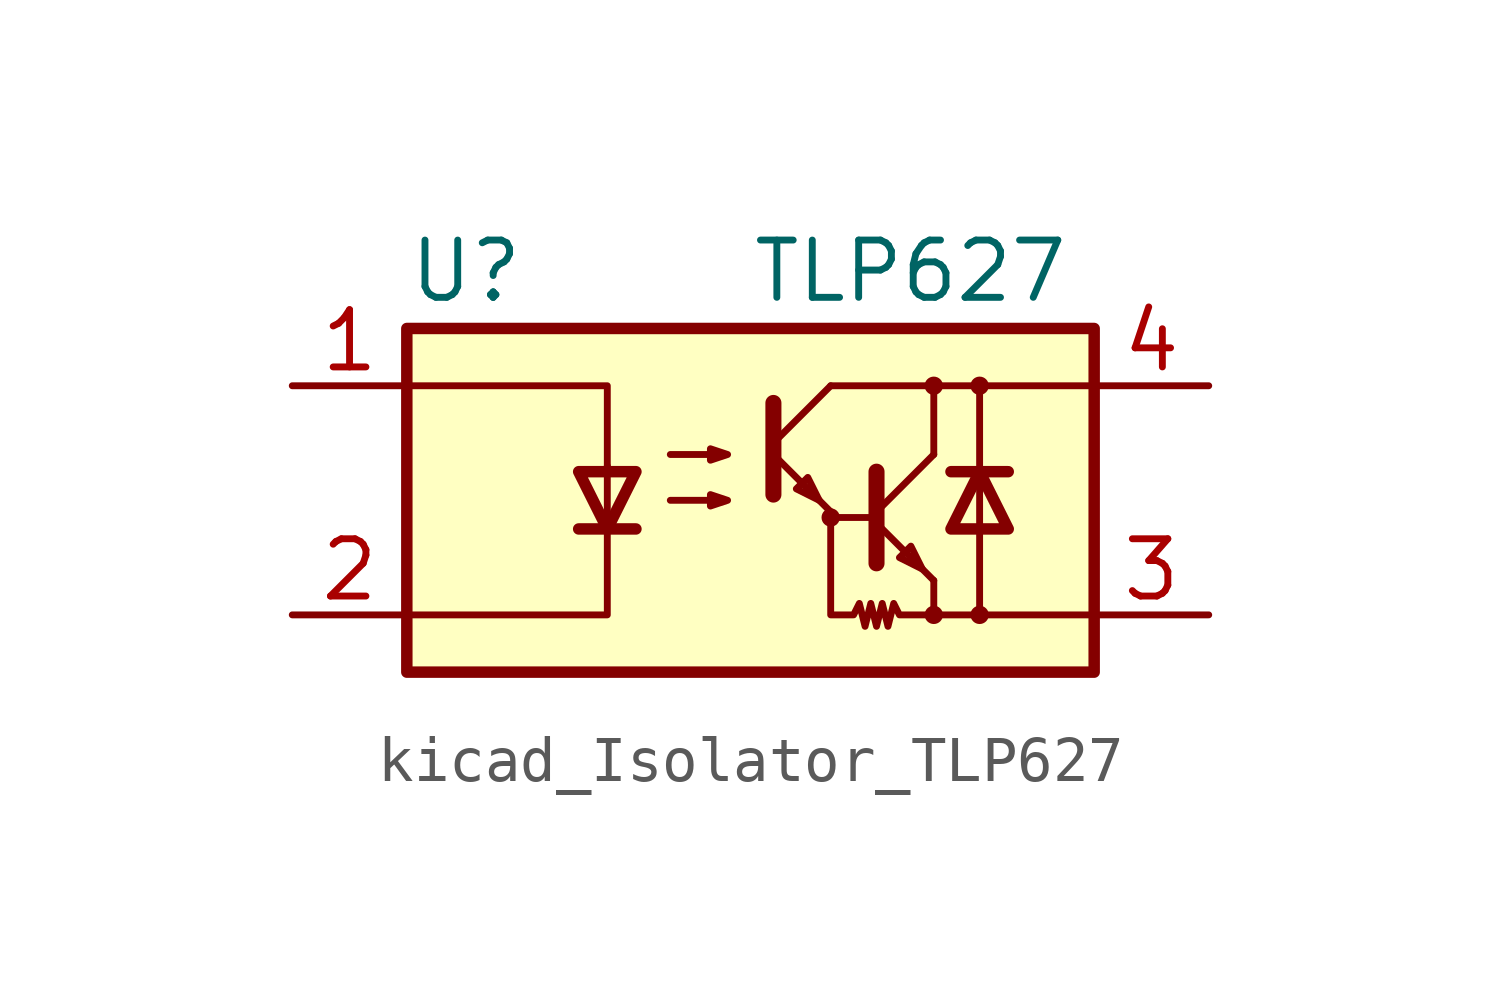
<source format=kicad_sym>
(kicad_symbol_lib
  (version 20220914)
  (generator kicad_symbol_editor)
  (symbol "kicad_Isolator_TLP627"
    (pin_names
      (offset 1.016))
    (property "Reference" "U"
      (at -7.62 5.08 0)
      (effects (font (size 1.27 1.27)) (justify left)))
    (property "Value" "TLP627"
      (at 0 5.08 0)
      (effects (font (size 1.27 1.27)) (justify left)))
    (symbol "kicad_Isolator_TLP627_0_1"
      (rectangle (start -7.62 3.81) (end 7.62 -3.81) (stroke (width 0.254) (type default)) (fill (type background)))
      (polyline (pts (xy -3.81 -0.635) (xy -2.54 -0.635)) (stroke (width 0.254) (type default)) (fill (type none)))
      (polyline (pts (xy 0.508 1.016) (xy 1.778 -0.254)) (stroke (width 0) (type default)) (fill (type none)))
      (polyline (pts (xy 0.508 1.27) (xy 1.778 2.54)) (stroke (width 0) (type default)) (fill (type none)))
      (polyline (pts (xy 0.508 2.159) (xy 0.508 0.127)) (stroke (width 0.356) (type default)) (fill (type none)))
      (polyline (pts (xy 1.778 2.54) (xy 7.62 2.54)) (stroke (width 0) (type default)) (fill (type none)))
      (polyline (pts (xy 2.794 -0.508) (xy 4.064 -1.778)) (stroke (width 0) (type default)) (fill (type none)))
      (polyline (pts (xy 2.794 -0.381) (xy 1.778 -0.381)) (stroke (width 0) (type default)) (fill (type none)))
      (polyline (pts (xy 2.794 -0.254) (xy 4.064 1.016)) (stroke (width 0) (type default)) (fill (type none)))
      (polyline (pts (xy 4.064 -2.54) (xy 7.62 -2.54)) (stroke (width 0) (type default)) (fill (type none)))
      (polyline (pts (xy 4.064 -1.778) (xy 4.064 -2.54)) (stroke (width 0) (type default)) (fill (type none)))
      (polyline (pts (xy 4.064 1.016) (xy 4.064 2.54)) (stroke (width 0) (type default)) (fill (type none)))
      (polyline (pts (xy 4.445 0.635) (xy 5.715 0.635)) (stroke (width 0.254) (type default)) (fill (type none)))
      (polyline (pts (xy 5.08 -0.635) (xy 5.08 -2.54)) (stroke (width 0) (type default)) (fill (type none)))
      (polyline (pts (xy 5.08 -0.635) (xy 5.08 2.54)) (stroke (width 0) (type default)) (fill (type none)))
      (polyline (pts (xy -7.62 2.54) (xy -3.175 2.54) (xy -3.175 0.635)) (stroke (width 0) (type default)) (fill (type none)))
      (polyline (pts (xy -3.175 0.762) (xy -3.175 -2.54) (xy -7.62 -2.54)) (stroke (width 0) (type default)) (fill (type none)))
      (polyline (pts (xy 2.794 0.635) (xy 2.794 -1.397) (xy 2.794 -1.397)) (stroke (width 0.356) (type default)) (fill (type none)))
      (polyline (pts (xy -3.175 -0.635) (xy -3.81 0.635) (xy -2.54 0.635) (xy -3.175 -0.635)) (stroke (width 0.254) (type default)) (fill (type none)))
      (polyline (pts (xy 1.524 0) (xy 1.27 0.508) (xy 1.016 0.254) (xy 1.524 0)) (stroke (width 0) (type default)) (fill (type none)))
      (polyline (pts (xy 3.81 -1.524) (xy 3.556 -1.016) (xy 3.302 -1.27) (xy 3.81 -1.524)) (stroke (width 0) (type default)) (fill (type none)))
      (polyline (pts (xy 5.08 0.635) (xy 4.445 -0.635) (xy 5.715 -0.635) (xy 5.08 0.635)) (stroke (width 0.254) (type default)) (fill (type none)))
      (polyline (pts (xy -1.778 0) (xy -0.508 0) (xy -0.889 -0.127) (xy -0.889 0.127) (xy -0.508 0)) (stroke (width 0) (type default)) (fill (type none)))
      (polyline (pts (xy -1.778 1.016) (xy -0.508 1.016) (xy -0.889 0.889) (xy -0.889 1.143) (xy -0.508 1.016)) (stroke (width 0) (type default)) (fill (type none)))
      (polyline (pts (xy 1.778 -0.254) (xy 1.778 -2.54) (xy 2.286 -2.54) (xy 2.413 -2.286) (xy 2.54 -2.794) (xy 2.667 -2.286) (xy 2.794 -2.794) (xy 2.921 -2.286) (xy 3.048 -2.794) (xy 3.175 -2.286) (xy 3.302 -2.54) (xy 4.064 -2.54)) (stroke (width 0) (type default)) (fill (type none)))
      (circle (center 1.778 -0.381) (radius 0.127) (stroke (width 0) (type default)) (fill (type none)))
      (circle (center 4.064 -2.54) (radius 0.127) (stroke (width 0) (type default)) (fill (type none)))
      (circle (center 4.064 2.54) (radius 0.127) (stroke (width 0) (type default)) (fill (type none)))
      (circle (center 5.08 -2.54) (radius 0.127) (stroke (width 0) (type default)) (fill (type none)))
      (circle (center 5.08 2.54) (radius 0.127) (stroke (width 0) (type default)) (fill (type none))))
    (symbol "kicad_Isolator_TLP627_1_1"
      (pin passive line (at -10.16 2.54 0) (length 2.54) (name "~" (effects (font (size 1.27 1.27)))) (number "1" (effects (font (size 1.27 1.27)))))
      (pin passive line (at -10.16 -2.54 0) (length 2.54) (name "~" (effects (font (size 1.27 1.27)))) (number "2" (effects (font (size 1.27 1.27)))))
      (pin passive line (at 10.16 -2.54 180) (length 2.54) (name "~" (effects (font (size 1.27 1.27)))) (number "3" (effects (font (size 1.27 1.27)))))
      (pin passive line (at 10.16 2.54 180) (length 2.54) (name "~" (effects (font (size 1.27 1.27)))) (number "4" (effects (font (size 1.27 1.27))))))))
</source>
